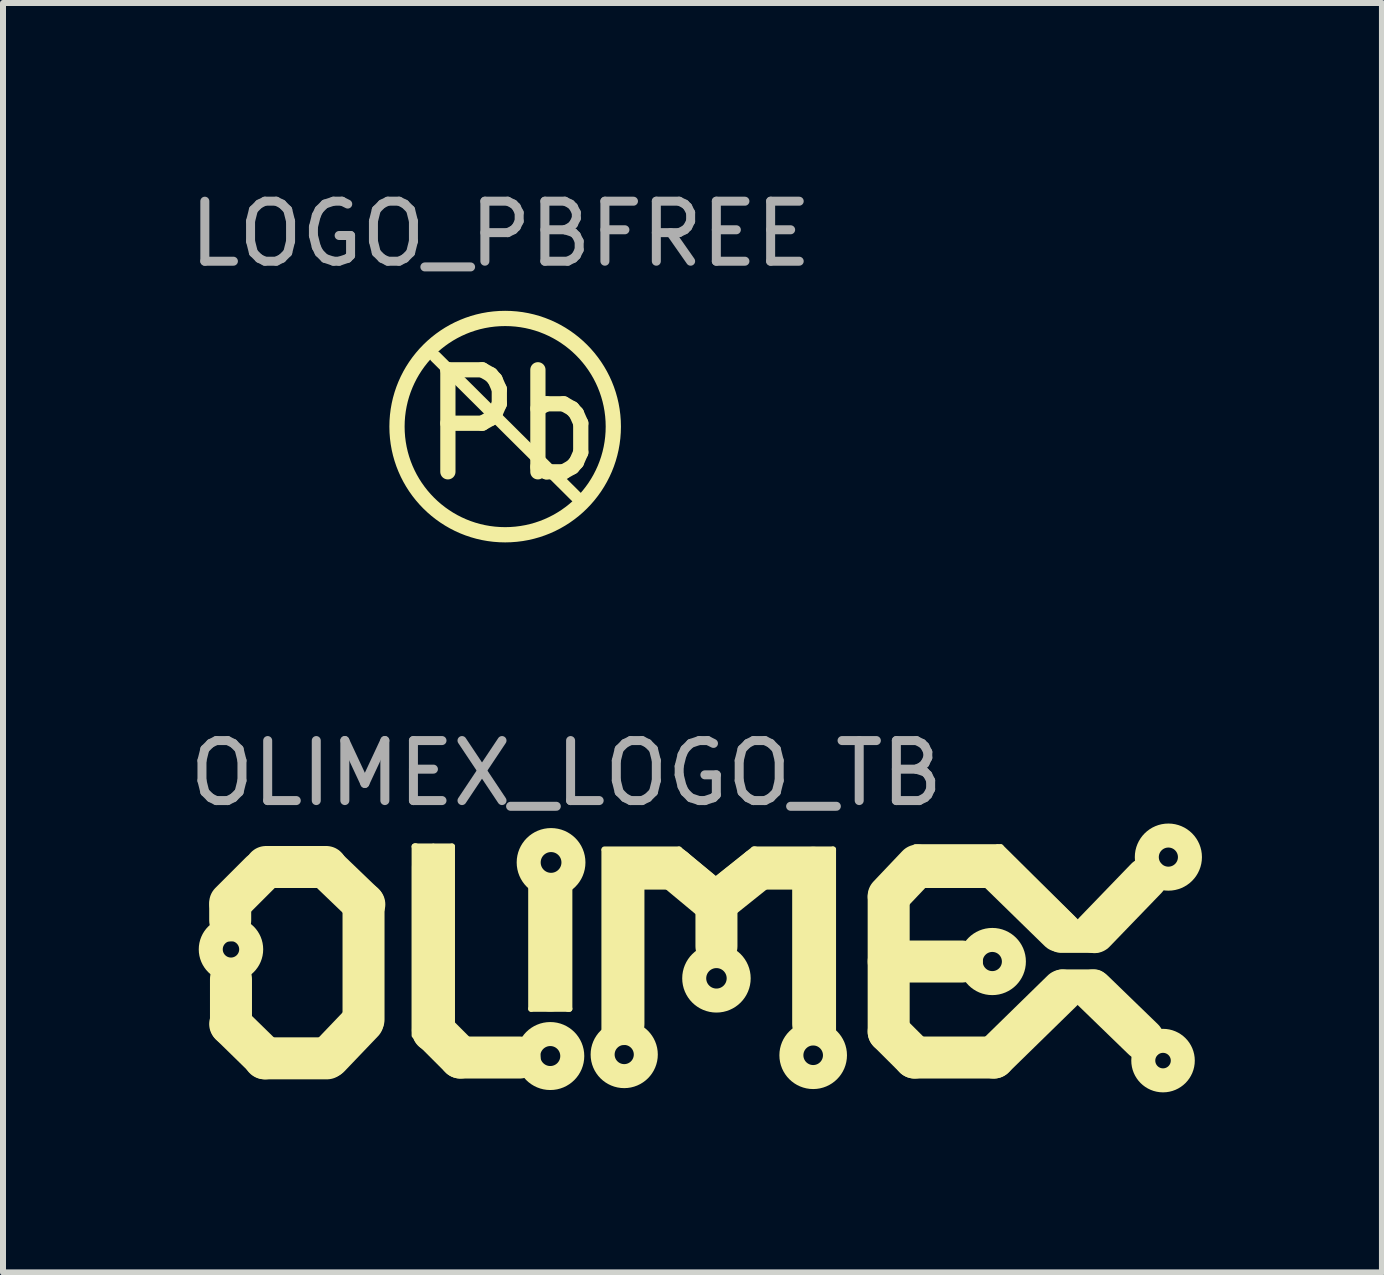
<source format=kicad_pcb>
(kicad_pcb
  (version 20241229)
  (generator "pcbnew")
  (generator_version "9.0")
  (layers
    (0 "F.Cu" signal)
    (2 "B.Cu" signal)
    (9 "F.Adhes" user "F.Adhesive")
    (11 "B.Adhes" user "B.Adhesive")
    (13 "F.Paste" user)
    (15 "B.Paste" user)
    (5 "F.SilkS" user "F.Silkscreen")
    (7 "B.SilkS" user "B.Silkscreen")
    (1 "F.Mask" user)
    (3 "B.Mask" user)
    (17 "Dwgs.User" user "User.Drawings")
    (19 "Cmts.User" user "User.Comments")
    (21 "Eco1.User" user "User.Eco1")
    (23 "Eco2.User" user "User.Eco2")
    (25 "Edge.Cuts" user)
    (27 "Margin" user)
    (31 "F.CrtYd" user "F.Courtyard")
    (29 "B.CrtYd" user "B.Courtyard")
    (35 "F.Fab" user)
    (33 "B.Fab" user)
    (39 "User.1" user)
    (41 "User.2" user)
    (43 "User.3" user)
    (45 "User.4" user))
  (footprint "OLIMEX_LOGO_TB"
    (layer "F.Cu")
    (at 8.787 12.897)
    (property "Reference" "OLIMEX_LOGO_TB" (at -2.4 -3.061 0) (layer "F.Fab") (effects (font (size 1 1) (thickness 0.15))))
    (attr through_hole)
    (fp_line (start -8.001 -0.902) (end -7.493 -1.41) (stroke (width 0.7) (type solid)) (layer "F.SilkS"))
    (fp_line (start -8.001 -0.851) (end -8.001 -0.61) (stroke (width 0.7) (type solid)) (layer "F.SilkS"))
    (fp_line (start -8.001 1.118) (end -7.417 1.689) (stroke (width 0.7) (type solid)) (layer "F.SilkS"))
    (fp_line (start -7.988 1.13) (end -7.988 0.368) (stroke (width 0.7) (type solid)) (layer "F.SilkS"))
    (fp_line (start -7.429 1.689) (end -6.388 1.689) (stroke (width 0.7) (type solid)) (layer "F.SilkS"))
    (fp_line (start -6.401 -1.499) (end -7.404 -1.499) (stroke (width 0.7) (type solid)) (layer "F.SilkS"))
    (fp_line (start -6.401 -1.486) (end -5.766 -0.876) (stroke (width 0.7) (type solid)) (layer "F.SilkS"))
    (fp_line (start -5.791 1.079) (end -6.35 1.664) (stroke (width 0.7) (type solid)) (layer "F.SilkS"))
    (fp_line (start -5.779 -0.889) (end -5.779 1.041) (stroke (width 0.7) (type solid)) (layer "F.SilkS"))
    (fp_line (start -4.928 -1.841) (end -4.928 1.308) (stroke (width 0.1) (type solid)) (layer "F.SilkS"))
    (fp_line (start -4.915 -1.841) (end -4.928 -1.841) (stroke (width 0.1) (type solid)) (layer "F.SilkS"))
    (fp_line (start -4.902 -1.841) (end -4.915 -1.841) (stroke (width 0.1) (type solid)) (layer "F.SilkS"))
    (fp_line (start -4.788 -1.753) (end -4.851 -1.765) (stroke (width 0.1) (type solid)) (layer "F.SilkS"))
    (fp_line (start -4.623 -1.841) (end -4.902 -1.841) (stroke (width 0.1) (type solid)) (layer "F.SilkS"))
    (fp_line (start -4.623 1.232) (end -4.623 -1.499) (stroke (width 0.7) (type solid)) (layer "F.SilkS"))
    (fp_line (start -4.61 -1.841) (end -4.305 -1.841) (stroke (width 0.1) (type solid)) (layer "F.SilkS"))
    (fp_line (start -4.483 -1.765) (end -4.369 -1.765) (stroke (width 0.1) (type solid)) (layer "F.SilkS"))
    (fp_line (start -4.305 -1.841) (end -4.305 1.194) (stroke (width 0.1) (type solid)) (layer "F.SilkS"))
    (fp_line (start -4.166 1.676) (end -4.623 1.219) (stroke (width 0.7) (type solid)) (layer "F.SilkS"))
    (fp_line (start -3.18 1.676) (end -4.166 1.676) (stroke (width 0.7) (type solid)) (layer "F.SilkS"))
    (fp_line (start -2.985 -1.156) (end -2.985 0.864) (stroke (width 0.1) (type solid)) (layer "F.SilkS"))
    (fp_line (start -2.985 0.864) (end -2.375 0.864) (stroke (width 0.1) (type solid)) (layer "F.SilkS"))
    (fp_line (start -2.845 0.8) (end -2.908 0.8) (stroke (width 0.1) (type solid)) (layer "F.SilkS"))
    (fp_line (start -2.667 -1.041) (end -2.667 0.559) (stroke (width 0.7) (type solid)) (layer "F.SilkS"))
    (fp_line (start -2.502 0.8) (end -2.413 0.8) (stroke (width 0.1) (type solid)) (layer "F.SilkS"))
    (fp_line (start -2.375 0.864) (end -2.349 0.864) (stroke (width 0.1) (type solid)) (layer "F.SilkS"))
    (fp_line (start -2.349 0.864) (end -2.349 -1.156) (stroke (width 0.1) (type solid)) (layer "F.SilkS"))
    (fp_line (start -1.765 -1.791) (end -0.521 -1.791) (stroke (width 0.1) (type solid)) (layer "F.SilkS"))
    (fp_line (start -1.765 1.206) (end -1.765 -1.778) (stroke (width 0.1) (type solid)) (layer "F.SilkS"))
    (fp_line (start -1.613 -1.727) (end -1.689 -1.727) (stroke (width 0.1) (type solid)) (layer "F.SilkS"))
    (fp_line (start -1.448 -1.473) (end -0.61 -1.473) (stroke (width 0.7) (type solid)) (layer "F.SilkS"))
    (fp_line (start -1.448 1.118) (end -1.448 -1.473) (stroke (width 0.7) (type solid)) (layer "F.SilkS"))
    (fp_line (start -0.61 -1.473) (end 0 -0.965) (stroke (width 0.7) (type solid)) (layer "F.SilkS"))
    (fp_line (start -0.521 -1.791) (end 0.064 -1.308) (stroke (width 0.1) (type solid)) (layer "F.SilkS"))
    (fp_line (start 0.102 -0.178) (end 0.102 -0.889) (stroke (width 0.7) (type solid)) (layer "F.SilkS"))
    (fp_line (start 0.178 -0.965) (end 0.813 -1.473) (stroke (width 0.7) (type solid)) (layer "F.SilkS"))
    (fp_line (start 0.724 -1.791) (end 0.102 -1.295) (stroke (width 0.1) (type solid)) (layer "F.SilkS"))
    (fp_line (start 0.749 -1.791) (end 0.724 -1.791) (stroke (width 0.1) (type solid)) (layer "F.SilkS"))
    (fp_line (start 0.813 -1.473) (end 1.702 -1.473) (stroke (width 0.7) (type solid)) (layer "F.SilkS"))
    (fp_line (start 1.714 -1.486) (end 1.714 1.118) (stroke (width 0.7) (type solid)) (layer "F.SilkS"))
    (fp_line (start 1.892 -1.714) (end 1.994 -1.714) (stroke (width 0.1) (type solid)) (layer "F.SilkS"))
    (fp_line (start 2.045 -1.791) (end 0.749 -1.791) (stroke (width 0.1) (type solid)) (layer "F.SilkS"))
    (fp_line (start 2.045 -1.778) (end 2.045 -1.791) (stroke (width 0.1) (type solid)) (layer "F.SilkS"))
    (fp_line (start 2.045 1.232) (end 2.045 -1.778) (stroke (width 0.1) (type solid)) (layer "F.SilkS"))
    (fp_line (start 2.972 -1.016) (end 3.454 -1.524) (stroke (width 0.7) (type solid)) (layer "F.SilkS"))
    (fp_line (start 2.972 -0.991) (end 2.972 1.245) (stroke (width 0.7) (type solid)) (layer "F.SilkS"))
    (fp_line (start 2.972 1.245) (end 3.404 1.676) (stroke (width 0.7) (type solid)) (layer "F.SilkS"))
    (fp_line (start 3.404 1.676) (end 4.724 1.676) (stroke (width 0.7) (type solid)) (layer "F.SilkS"))
    (fp_line (start 3.416 -1.829) (end 4.788 -1.829) (stroke (width 0.1) (type solid)) (layer "F.SilkS"))
    (fp_line (start 3.502 -1.499) (end 4.724 -1.499) (stroke (width 0.7) (type solid)) (layer "F.SilkS"))
    (fp_line (start 4.191 0.076) (end 2.972 0.076) (stroke (width 0.7) (type solid)) (layer "F.SilkS"))
    (fp_line (start 4.724 -1.499) (end 5.817 -0.432) (stroke (width 0.7) (type solid)) (layer "F.SilkS"))
    (fp_line (start 4.724 1.676) (end 5.867 0.559) (stroke (width 0.7) (type solid)) (layer "F.SilkS"))
    (fp_line (start 4.788 -1.829) (end 4.839 -1.829) (stroke (width 0.1) (type solid)) (layer "F.SilkS"))
    (fp_line (start 4.839 -1.829) (end 6.096 -0.584) (stroke (width 0.1) (type solid)) (layer "F.SilkS"))
    (fp_line (start 5.842 -0.318) (end 6.401 -0.318) (stroke (width 0.5) (type solid)) (layer "F.SilkS"))
    (fp_line (start 5.867 0.457) (end 6.401 0.457) (stroke (width 0.5) (type solid)) (layer "F.SilkS"))
    (fp_line (start 7.214 1.372) (end 6.375 0.559) (stroke (width 0.7) (type solid)) (layer "F.SilkS"))
    (fp_line (start 7.264 -1.308) (end 6.401 -0.414) (stroke (width 0.7) (type solid)) (layer "F.SilkS"))
    (fp_circle (center -7.988 -0.127) (end -7.671 -0.241) (stroke (width 0.4) (type solid)) (fill no) (layer "F.SilkS"))
    (fp_circle (center -2.667 1.651) (end -2.464 1.346) (stroke (width 0.4) (type solid)) (fill no) (layer "F.SilkS"))
    (fp_circle (center -2.654 -1.575) (end -2.54 -1.93) (stroke (width 0.4) (type solid)) (fill no) (layer "F.SilkS"))
    (fp_circle (center -1.435 1.626) (end -1.194 1.359) (stroke (width 0.4) (type solid)) (fill no) (layer "F.SilkS"))
    (fp_circle (center 0.102 0.356) (end 0.33 0.064) (stroke (width 0.4) (type solid)) (fill no) (layer "F.SilkS"))
    (fp_circle (center 1.714 1.638) (end 1.93 1.346) (stroke (width 0.4) (type solid)) (fill no) (layer "F.SilkS"))
    (fp_circle (center 4.699 0.076) (end 4.966 -0.165) (stroke (width 0.4) (type solid)) (fill no) (layer "F.SilkS"))
    (fp_circle (center 7.544 1.727) (end 7.836 1.575) (stroke (width 0.4) (type solid)) (fill no) (layer "F.SilkS"))
    (fp_circle (center 7.633 -1.664) (end 7.938 -1.854) (stroke (width 0.4) (type solid)) (fill no) (layer "F.SilkS")))
  (footprint "LOGO_PBFREE"
    (layer "F.Cu")
    (at 5.571 4.374)
    (property "Reference" "LOGO_PBFREE" (at -0.279 -3.526 0) (layer "F.Fab") (effects (font (size 1 1) (thickness 0.15))))
    (attr through_hole)
    (fp_line (start -1.364 -1.478) (end 1.069 0.942) (stroke (width 0.2) (type solid)) (layer "F.SilkS"))
    (fp_circle (center -0.203 -0.315) (end 0.907 -1.735) (stroke (width 0.254) (type solid)) (fill no) (layer "F.SilkS"))
    (fp_text user "Pb" (at -0.086 -0.335 0) (layer "F.SilkS") (effects (font (size 1.7 1.5) (thickness 0.254)))))
  (gr_rect
    (start -3 -3)
    (end 19.979 18.154)
    (stroke (width 0.1) (type default))
    (fill no)
    (layer "Edge.Cuts")))
</source>
